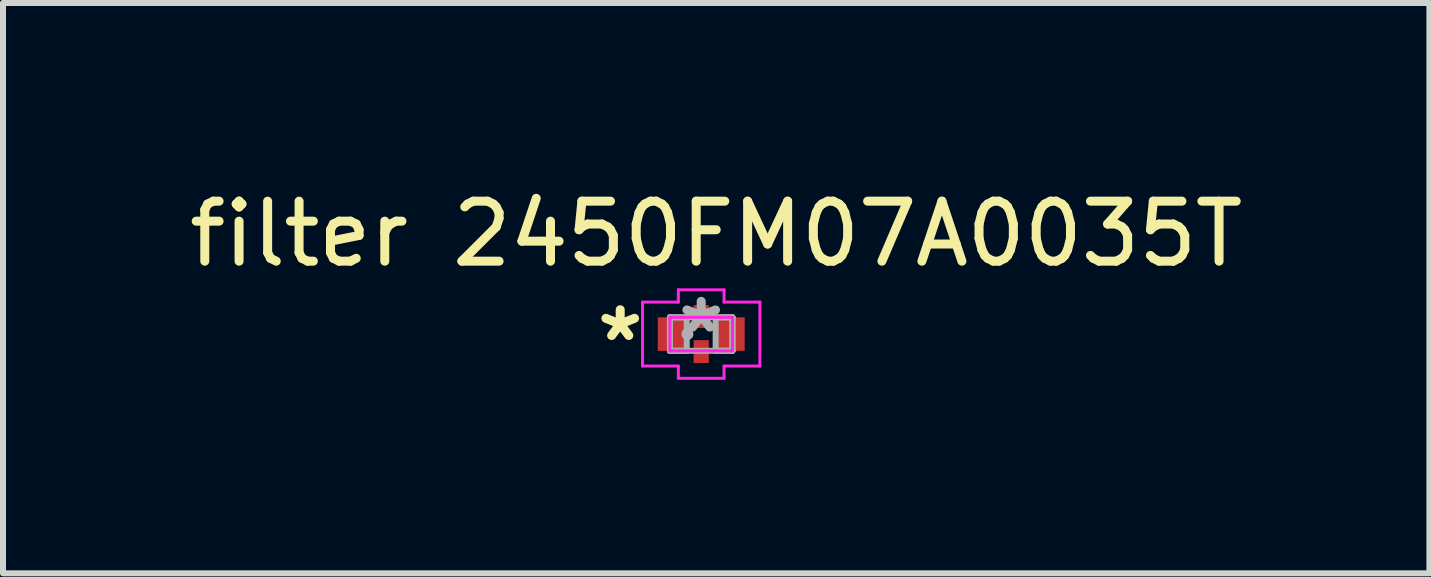
<source format=kicad_pcb>
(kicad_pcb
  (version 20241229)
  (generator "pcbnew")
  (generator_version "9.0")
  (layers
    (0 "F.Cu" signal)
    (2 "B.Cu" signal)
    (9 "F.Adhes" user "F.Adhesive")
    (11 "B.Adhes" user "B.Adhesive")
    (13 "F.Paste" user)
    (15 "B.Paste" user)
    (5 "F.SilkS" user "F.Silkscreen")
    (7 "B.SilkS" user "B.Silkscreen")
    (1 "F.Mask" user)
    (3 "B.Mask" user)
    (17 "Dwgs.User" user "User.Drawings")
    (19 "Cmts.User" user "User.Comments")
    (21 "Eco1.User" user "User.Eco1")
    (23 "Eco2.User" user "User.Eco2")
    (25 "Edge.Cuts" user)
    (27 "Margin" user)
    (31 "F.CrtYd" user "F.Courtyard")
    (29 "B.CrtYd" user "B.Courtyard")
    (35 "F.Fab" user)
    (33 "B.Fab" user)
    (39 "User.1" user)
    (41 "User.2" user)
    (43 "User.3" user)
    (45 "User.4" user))
  (footprint "filter 2450FM07A0035T"
    (layer "F.Cu")
    (at 8.637 2.518)
    (property "Reference" "filter 2450FM07A0035T" (at 0.25 -1.67 0) (layer "F.SilkS") (effects (font (size 1 1) (thickness 0.15))))
    (attr through_hole)
    (fp_line (start -0.978 -0.533) (end -0.381 -0.533) (stroke (width 0.05) (type solid)) (layer "F.CrtYd"))
    (fp_line (start -0.978 0.533) (end -0.978 -0.533) (stroke (width 0.05) (type solid)) (layer "F.CrtYd"))
    (fp_line (start -0.521 -0.279) (end 0.521 -0.279) (stroke (width 0.05) (type solid)) (layer "F.CrtYd"))
    (fp_line (start -0.521 0.279) (end -0.521 -0.279) (stroke (width 0.05) (type solid)) (layer "F.CrtYd"))
    (fp_line (start -0.381 -0.737) (end 0.381 -0.737) (stroke (width 0.05) (type solid)) (layer "F.CrtYd"))
    (fp_line (start -0.381 -0.533) (end -0.381 -0.737) (stroke (width 0.05) (type solid)) (layer "F.CrtYd"))
    (fp_line (start -0.381 0.533) (end -0.978 0.533) (stroke (width 0.05) (type solid)) (layer "F.CrtYd"))
    (fp_line (start -0.381 0.737) (end -0.381 0.533) (stroke (width 0.05) (type solid)) (layer "F.CrtYd"))
    (fp_line (start -0.381 0.737) (end 0.381 0.737) (stroke (width 0.05) (type solid)) (layer "F.CrtYd"))
    (fp_line (start 0.381 -0.533) (end 0.381 -0.737) (stroke (width 0.05) (type solid)) (layer "F.CrtYd"))
    (fp_line (start 0.381 0.533) (end 0.381 0.737) (stroke (width 0.05) (type solid)) (layer "F.CrtYd"))
    (fp_line (start 0.521 -0.279) (end 0.521 0.279) (stroke (width 0.05) (type solid)) (layer "F.CrtYd"))
    (fp_line (start 0.521 0.279) (end -0.521 0.279) (stroke (width 0.05) (type solid)) (layer "F.CrtYd"))
    (fp_line (start 0.978 -0.533) (end 0.381 -0.533) (stroke (width 0.05) (type solid)) (layer "F.CrtYd"))
    (fp_line (start 0.978 0.533) (end 0.381 0.533) (stroke (width 0.05) (type solid)) (layer "F.CrtYd"))
    (fp_line (start 0.978 0.533) (end 0.978 -0.533) (stroke (width 0.05) (type solid)) (layer "F.CrtYd"))
    (fp_line (start -0.521 -0.279) (end -0.521 0.279) (stroke (width 0.1) (type solid)) (layer "F.Fab"))
    (fp_line (start -0.521 -0.279) (end -0.521 0.279) (stroke (width 0.1) (type solid)) (layer "F.Fab"))
    (fp_line (start -0.521 0.279) (end -0.241 0.279) (stroke (width 0.1) (type solid)) (layer "F.Fab"))
    (fp_line (start -0.521 0.279) (end 0.521 0.279) (stroke (width 0.1) (type solid)) (layer "F.Fab"))
    (fp_line (start -0.241 -0.279) (end -0.521 -0.279) (stroke (width 0.1) (type solid)) (layer "F.Fab"))
    (fp_line (start -0.241 0.279) (end -0.241 -0.279) (stroke (width 0.1) (type solid)) (layer "F.Fab"))
    (fp_line (start 0.241 -0.279) (end 0.241 0.279) (stroke (width 0.1) (type solid)) (layer "F.Fab"))
    (fp_line (start 0.241 0.279) (end 0.521 0.279) (stroke (width 0.1) (type solid)) (layer "F.Fab"))
    (fp_line (start 0.521 -0.279) (end -0.521 -0.279) (stroke (width 0.1) (type solid)) (layer "F.Fab"))
    (fp_line (start 0.521 -0.279) (end 0.241 -0.279) (stroke (width 0.1) (type solid)) (layer "F.Fab"))
    (fp_line (start 0.521 0.279) (end 0.521 -0.279) (stroke (width 0.1) (type solid)) (layer "F.Fab"))
    (fp_line (start 0.521 0.279) (end 0.521 -0.279) (stroke (width 0.1) (type solid)) (layer "F.Fab"))
    (fp_circle (center -0.229 0) (end -0.229 0) (stroke (width 0.1) (type solid)) (fill no) (layer "F.Fab"))
    (fp_text user "*" (at -1.35 0.14 0) (layer "F.SilkS") (effects (font (size 1 1) (thickness 0.15))))
    (fp_text user "*" (at 0 0 0) (layer "F.Fab") (effects (font (size 1 1) (thickness 0.15))))
    (pad "1" smd rect (at -0.483 0) (size 0.483 0.559) (layers "F.Cu" "F.Mask" "F.Paste"))
    (pad "2" smd rect (at 0 0.292) (size 0.254 0.381) (layers "F.Cu" "F.Mask" "F.Paste"))
    (pad "3" smd rect (at 0.483 0) (size 0.483 0.559) (layers "F.Cu" "F.Mask" "F.Paste"))
    (pad "4" smd rect (at 0 -0.292) (size 0.254 0.381) (layers "F.Cu" "F.Mask" "F.Paste")))
  (gr_rect
    (start -3 -3)
    (end 20.774 6.506)
    (stroke (width 0.1) (type default))
    (fill no)
    (layer "Edge.Cuts")))
</source>
